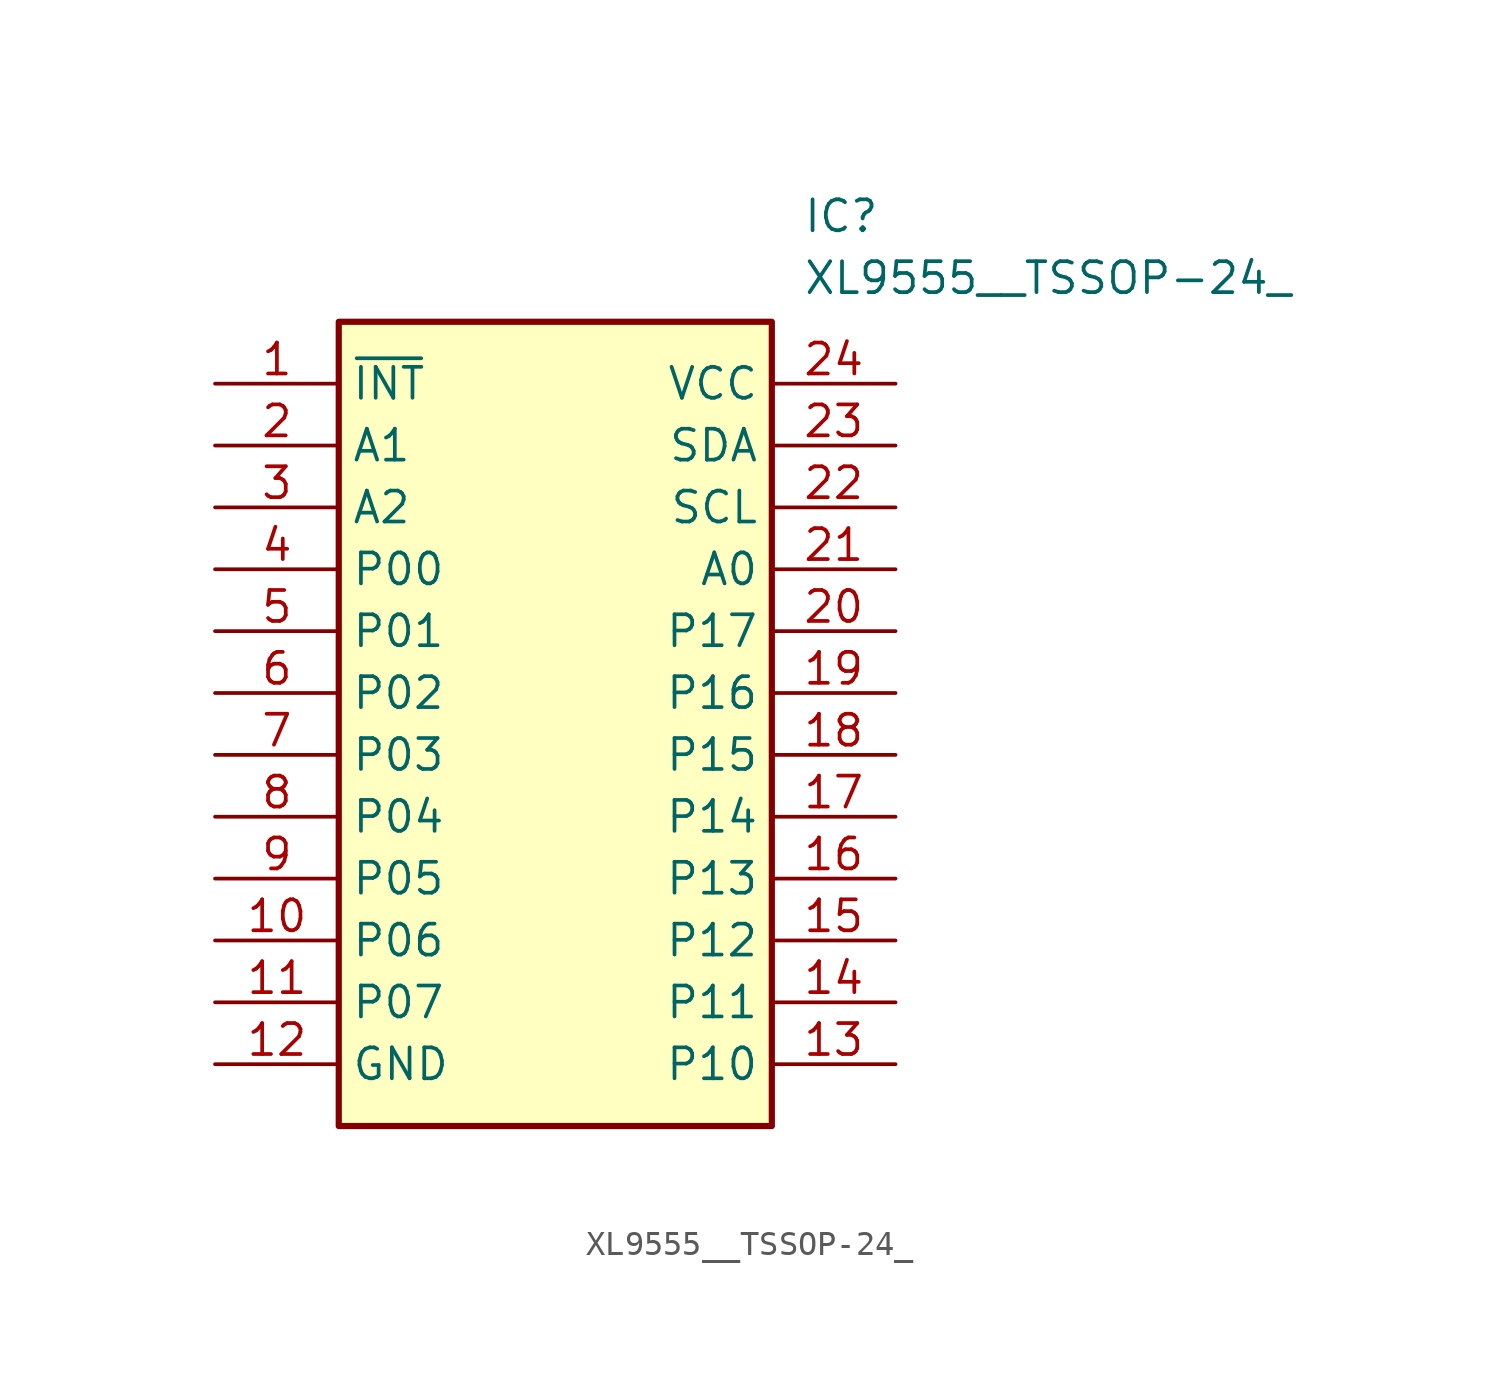
<source format=kicad_sym>
(kicad_symbol_lib
  (version 20211014)
  (generator SamacSys_ECAD_Model)
  (symbol "XL9555__TSSOP-24_"
    (property "Reference" "IC"
      (at 24.13 7.62 0)
      (effects (font (size 1.27 1.27)) (justify left top)))
    (property "Value" "XL9555__TSSOP-24_"
      (at 24.13 5.08 0)
      (effects (font (size 1.27 1.27)) (justify left top)))
    (rectangle
      (start 5.08 2.54)
      (end 22.86 -30.48)
      (stroke (width 0.254) (type default))
      (fill (type background)))
    (pin passive line
      (at 0 0 0)
      (length 5.08)
      (name "~{INT}" (effects (font (size 1.27 1.27))))
      (number "1" (effects (font (size 1.27 1.27)))))
    (pin passive line
      (at 0 -2.54 0)
      (length 5.08)
      (name "A1" (effects (font (size 1.27 1.27))))
      (number "2" (effects (font (size 1.27 1.27)))))
    (pin passive line
      (at 0 -5.08 0)
      (length 5.08)
      (name "A2" (effects (font (size 1.27 1.27))))
      (number "3" (effects (font (size 1.27 1.27)))))
    (pin passive line
      (at 0 -7.62 0)
      (length 5.08)
      (name "P00" (effects (font (size 1.27 1.27))))
      (number "4" (effects (font (size 1.27 1.27)))))
    (pin passive line
      (at 0 -10.16 0)
      (length 5.08)
      (name "P01" (effects (font (size 1.27 1.27))))
      (number "5" (effects (font (size 1.27 1.27)))))
    (pin passive line
      (at 0 -12.7 0)
      (length 5.08)
      (name "P02" (effects (font (size 1.27 1.27))))
      (number "6" (effects (font (size 1.27 1.27)))))
    (pin passive line
      (at 0 -15.24 0)
      (length 5.08)
      (name "P03" (effects (font (size 1.27 1.27))))
      (number "7" (effects (font (size 1.27 1.27)))))
    (pin passive line
      (at 0 -17.78 0)
      (length 5.08)
      (name "P04" (effects (font (size 1.27 1.27))))
      (number "8" (effects (font (size 1.27 1.27)))))
    (pin passive line
      (at 0 -20.32 0)
      (length 5.08)
      (name "P05" (effects (font (size 1.27 1.27))))
      (number "9" (effects (font (size 1.27 1.27)))))
    (pin passive line
      (at 0 -22.86 0)
      (length 5.08)
      (name "P06" (effects (font (size 1.27 1.27))))
      (number "10" (effects (font (size 1.27 1.27)))))
    (pin passive line
      (at 0 -25.4 0)
      (length 5.08)
      (name "P07" (effects (font (size 1.27 1.27))))
      (number "11" (effects (font (size 1.27 1.27)))))
    (pin passive line
      (at 0 -27.94 0)
      (length 5.08)
      (name "GND" (effects (font (size 1.27 1.27))))
      (number "12" (effects (font (size 1.27 1.27)))))
    (pin passive line
      (at 27.94 0 180)
      (length 5.08)
      (name "VCC" (effects (font (size 1.27 1.27))))
      (number "24" (effects (font (size 1.27 1.27)))))
    (pin passive line
      (at 27.94 -2.54 180)
      (length 5.08)
      (name "SDA" (effects (font (size 1.27 1.27))))
      (number "23" (effects (font (size 1.27 1.27)))))
    (pin passive line
      (at 27.94 -5.08 180)
      (length 5.08)
      (name "SCL" (effects (font (size 1.27 1.27))))
      (number "22" (effects (font (size 1.27 1.27)))))
    (pin passive line
      (at 27.94 -7.62 180)
      (length 5.08)
      (name "A0" (effects (font (size 1.27 1.27))))
      (number "21" (effects (font (size 1.27 1.27)))))
    (pin passive line
      (at 27.94 -10.16 180)
      (length 5.08)
      (name "P17" (effects (font (size 1.27 1.27))))
      (number "20" (effects (font (size 1.27 1.27)))))
    (pin passive line
      (at 27.94 -12.7 180)
      (length 5.08)
      (name "P16" (effects (font (size 1.27 1.27))))
      (number "19" (effects (font (size 1.27 1.27)))))
    (pin passive line
      (at 27.94 -15.24 180)
      (length 5.08)
      (name "P15" (effects (font (size 1.27 1.27))))
      (number "18" (effects (font (size 1.27 1.27)))))
    (pin passive line
      (at 27.94 -17.78 180)
      (length 5.08)
      (name "P14" (effects (font (size 1.27 1.27))))
      (number "17" (effects (font (size 1.27 1.27)))))
    (pin passive line
      (at 27.94 -20.32 180)
      (length 5.08)
      (name "P13" (effects (font (size 1.27 1.27))))
      (number "16" (effects (font (size 1.27 1.27)))))
    (pin passive line
      (at 27.94 -22.86 180)
      (length 5.08)
      (name "P12" (effects (font (size 1.27 1.27))))
      (number "15" (effects (font (size 1.27 1.27)))))
    (pin passive line
      (at 27.94 -25.4 180)
      (length 5.08)
      (name "P11" (effects (font (size 1.27 1.27))))
      (number "14" (effects (font (size 1.27 1.27)))))
    (pin passive line
      (at 27.94 -27.94 180)
      (length 5.08)
      (name "P10" (effects (font (size 1.27 1.27))))
      (number "13" (effects (font (size 1.27 1.27)))))))
</source>
